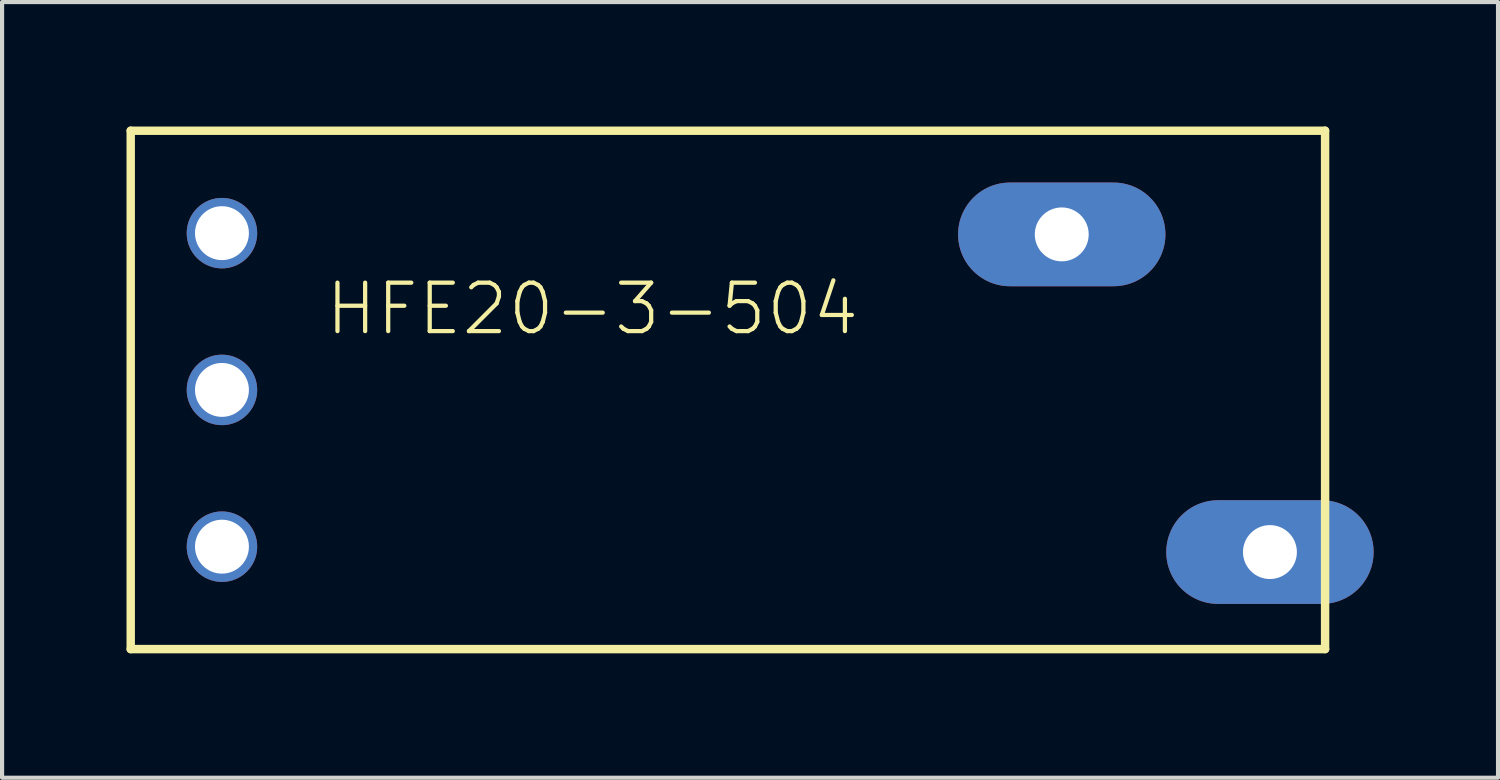
<source format=kicad_pcb>
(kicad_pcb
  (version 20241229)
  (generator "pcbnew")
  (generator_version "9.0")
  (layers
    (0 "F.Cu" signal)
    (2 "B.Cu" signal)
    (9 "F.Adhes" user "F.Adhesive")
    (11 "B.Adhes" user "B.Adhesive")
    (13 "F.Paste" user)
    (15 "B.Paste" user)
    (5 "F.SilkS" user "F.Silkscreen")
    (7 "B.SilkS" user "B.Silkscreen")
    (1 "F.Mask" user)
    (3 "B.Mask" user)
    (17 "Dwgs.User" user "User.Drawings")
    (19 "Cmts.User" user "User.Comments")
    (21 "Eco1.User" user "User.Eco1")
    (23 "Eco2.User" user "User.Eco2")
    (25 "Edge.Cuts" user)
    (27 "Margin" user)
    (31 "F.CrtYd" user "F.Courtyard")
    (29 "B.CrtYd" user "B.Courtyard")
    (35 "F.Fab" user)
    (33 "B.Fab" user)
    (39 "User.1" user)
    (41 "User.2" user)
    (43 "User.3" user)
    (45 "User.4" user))
  (footprint "HFE20-3-504"
    (layer "F.Cu")
    (at 14.902 6.352)
    (property "Reference" "HFE20-3-504" (at -10.16 -1.27 0) (layer "F.SilkS") (effects (font (size 1.168 1.168) (thickness 0.102)) (justify left bottom)))
    (fp_line (start -14.8 -6.25) (end 14 -6.25) (stroke (width 0.203) (type solid)) (layer "F.SilkS"))
    (fp_line (start -14.8 6.25) (end -14.8 -6.25) (stroke (width 0.203) (type solid)) (layer "F.SilkS"))
    (fp_line (start 14 -6.25) (end 14 6.25) (stroke (width 0.203) (type solid)) (layer "F.SilkS"))
    (fp_line (start 14 6.25) (end -14.8 6.25) (stroke (width 0.203) (type solid)) (layer "F.SilkS"))
    (pad "1" thru_hole circle (at -12.6 3.78) (size 1.7 1.7) (drill 1.3) (layers "*.Cu" "*.Mask"))
    (pad "2" thru_hole circle (at -12.6 -3.78) (size 1.7 1.7) (drill 1.3) (layers "*.Cu" "*.Mask"))
    (pad "5" thru_hole circle (at -12.6 0) (size 1.7 1.7) (drill 1.3) (layers "*.Cu" "*.Mask"))
    (pad "11A" thru_hole oval (at 7.65 -3.75 180) (size 5 2.5) (drill 1.3) (layers "*.Cu" "*.Mask"))
    (pad "14B" thru_hole oval (at 12.67 3.91 180) (size 5 2.5) (drill 1.3) (layers "*.Cu" "*.Mask")))
  (gr_rect
    (start -3 -3)
    (end 33.072 15.703)
    (stroke (width 0.1) (type default))
    (fill no)
    (layer "Edge.Cuts")))
</source>
